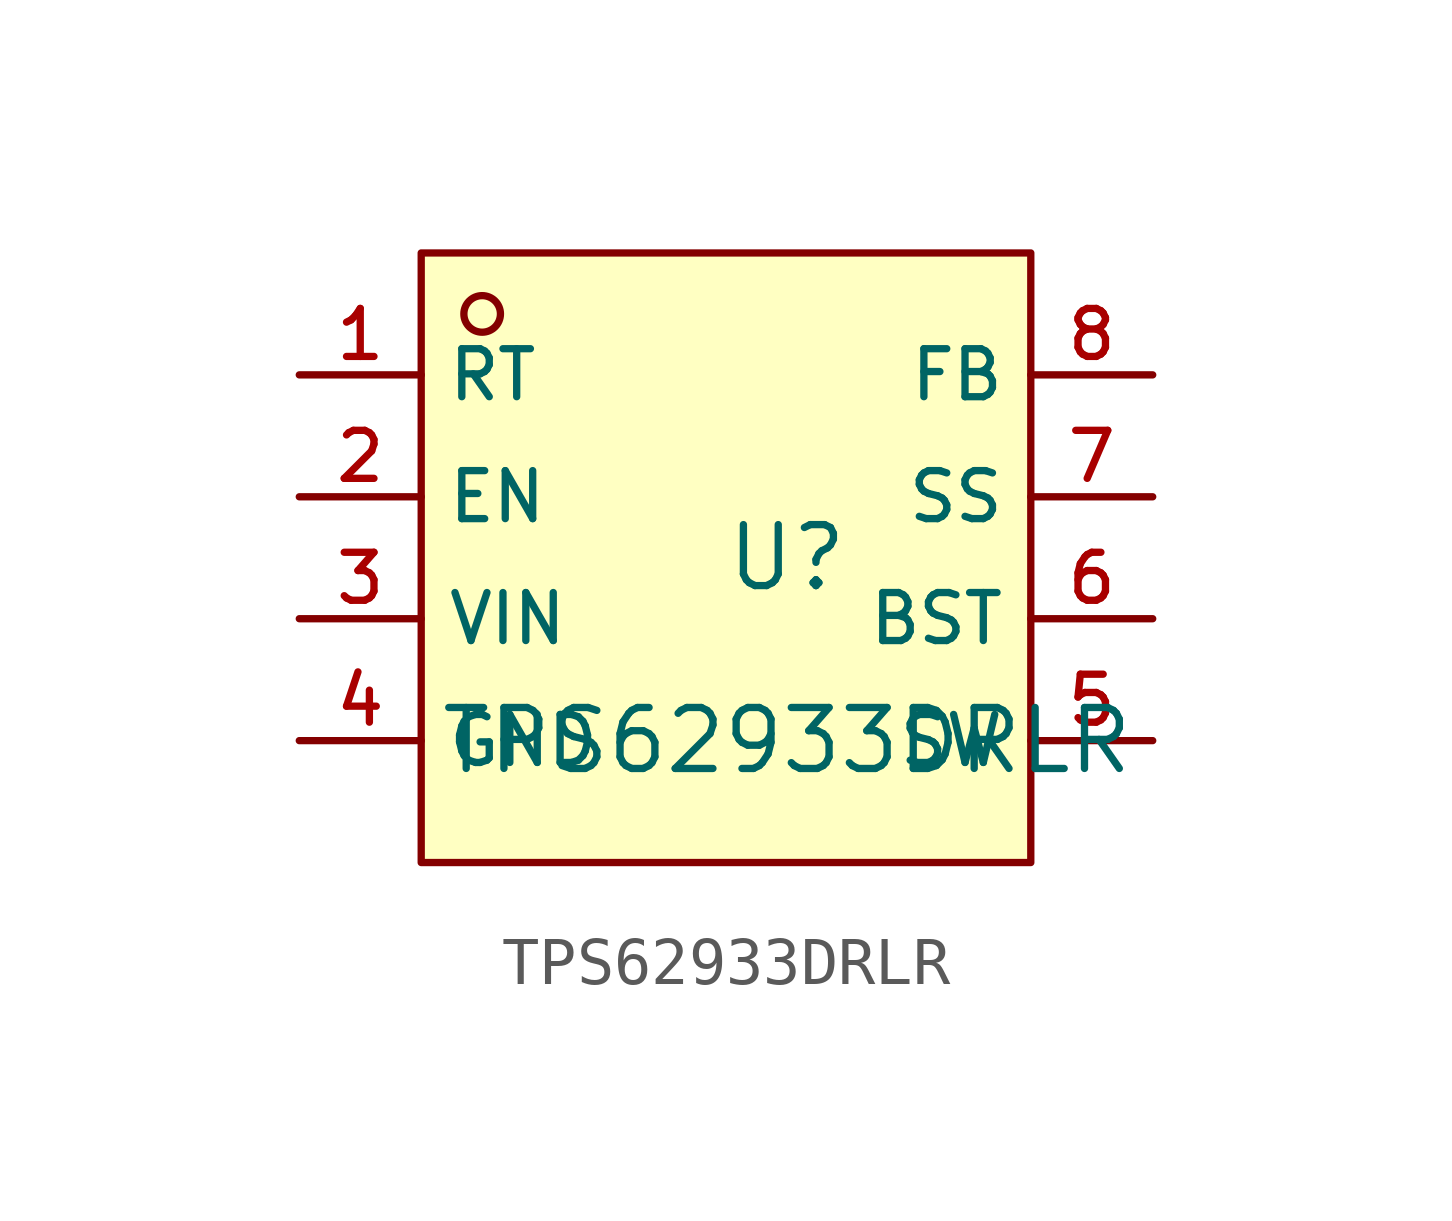
<source format=kicad_sym>
(kicad_symbol_lib
  (version 20210201)
  (generator TousstNicolas/JLC2KiCad_lib)
  (symbol "TPS62933DRLR"
    (property "Reference" "U"
      (at 0 1.27 0)
      (effects (font (size 1.27 1.27))))
    (property "Value" "TPS62933DRLR"
      (at 0 -2.54 0)
      (effects (font (size 1.27 1.27))))
    (symbol "TPS62933DRLR_0_1"
      (pin unspecified line (at 7.62 5.08 180) (length 2.54) (name "FB" (effects (font (size 1 1)))) (number "8" (effects (font (size 1 1)))))
      (pin unspecified line (at 7.62 2.54 180) (length 2.54) (name "SS" (effects (font (size 1 1)))) (number "7" (effects (font (size 1 1)))))
      (pin unspecified line (at 7.62 -0.0 180) (length 2.54) (name "BST" (effects (font (size 1 1)))) (number "6" (effects (font (size 1 1)))))
      (pin unspecified line (at 7.62 -2.54 180) (length 2.54) (name "SW" (effects (font (size 1 1)))) (number "5" (effects (font (size 1 1)))))
      (pin unspecified line (at -10.16 -2.54 0) (length 2.54) (name "GND" (effects (font (size 1 1)))) (number "4" (effects (font (size 1 1)))))
      (pin unspecified line (at -10.16 -0.0 0) (length 2.54) (name "VIN" (effects (font (size 1 1)))) (number "3" (effects (font (size 1 1)))))
      (pin unspecified line (at -10.16 2.54 0) (length 2.54) (name "EN" (effects (font (size 1 1)))) (number "2" (effects (font (size 1 1)))))
      (pin unspecified line (at -10.16 5.08 0) (length 2.54) (name "RT" (effects (font (size 1 1)))) (number "1" (effects (font (size 1 1)))))
      (circle (center -6.35 6.35) (radius 0.381) (stroke (width 0) (type default) (color 0 0 0 0)) (fill (type background)))
      (rectangle (start -7.62 7.62) (end 5.08 -5.08) (stroke (width 0) (type default) (color 0 0 0 0)) (fill (type background))))))
</source>
